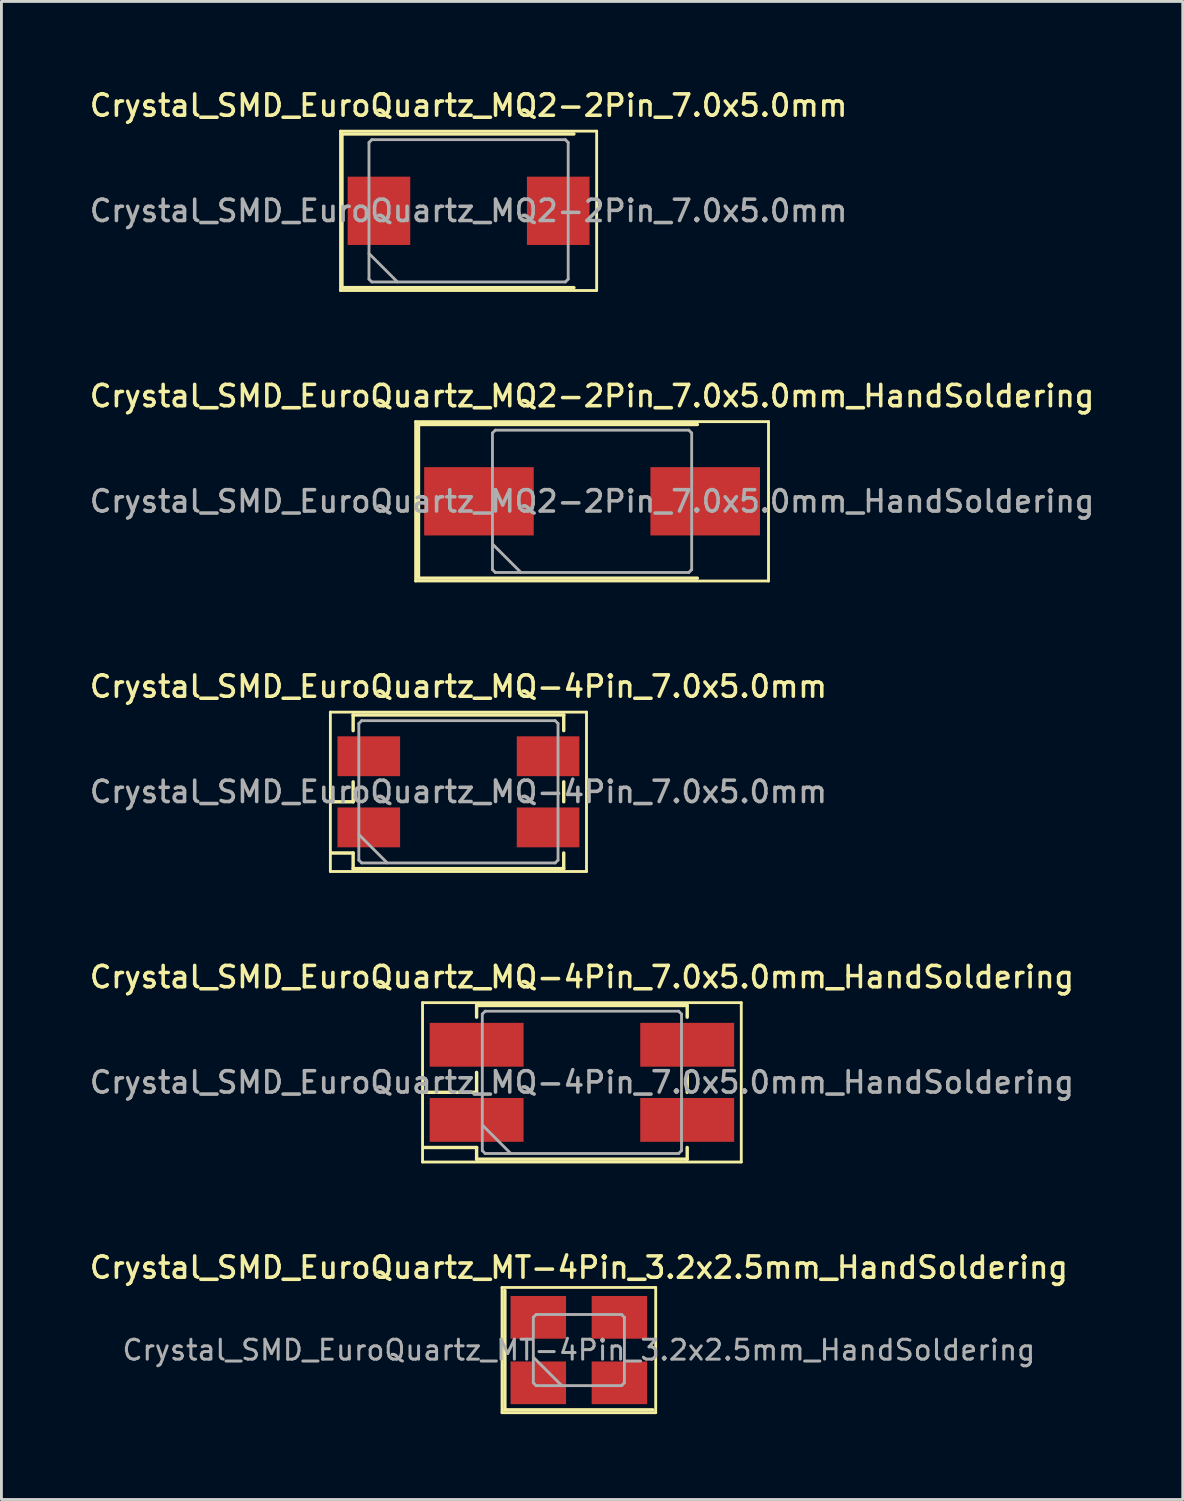
<source format=kicad_pcb>
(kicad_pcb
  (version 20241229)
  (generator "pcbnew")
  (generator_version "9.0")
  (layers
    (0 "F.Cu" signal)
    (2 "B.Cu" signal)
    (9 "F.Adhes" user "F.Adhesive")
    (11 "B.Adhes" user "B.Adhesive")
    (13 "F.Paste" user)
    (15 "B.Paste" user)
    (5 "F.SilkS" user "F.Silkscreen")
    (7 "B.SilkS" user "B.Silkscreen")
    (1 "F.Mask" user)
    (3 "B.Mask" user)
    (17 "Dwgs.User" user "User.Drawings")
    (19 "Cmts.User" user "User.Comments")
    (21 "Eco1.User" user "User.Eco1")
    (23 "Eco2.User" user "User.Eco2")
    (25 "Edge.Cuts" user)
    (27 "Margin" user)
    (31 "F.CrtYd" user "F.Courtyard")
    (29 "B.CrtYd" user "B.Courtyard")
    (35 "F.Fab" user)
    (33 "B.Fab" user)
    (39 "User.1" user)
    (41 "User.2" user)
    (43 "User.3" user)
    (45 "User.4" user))
  (footprint "Crystal_SMD_EuroQuartz_MQ-4Pin_7.0x5.0mm"
    (layer "F.Cu")
    (at 13.059 24.774)
    (property "Reference" "Crystal_SMD_EuroQuartz_MQ-4Pin_7.0x5.0mm" (at 0 -3.7 0) (layer "F.SilkS") (effects (font (size 0.75 0.75) (thickness 0.125))))
    (attr smd)
    (fp_line (start -4.5 -2.8) (end -4.5 2.8) (stroke (width 0.1) (type solid)) (layer "F.SilkS"))
    (fp_line (start -4.5 2.8) (end 4.5 2.8) (stroke (width 0.1) (type solid)) (layer "F.SilkS"))
    (fp_line (start -4.45 0.35) (end -3.7 0.35) (stroke (width 0.12) (type solid)) (layer "F.SilkS"))
    (fp_line (start -4.45 2.15) (end -3.7 2.15) (stroke (width 0.12) (type solid)) (layer "F.SilkS"))
    (fp_line (start -3.7 -2.7) (end 3.7 -2.7) (stroke (width 0.12) (type solid)) (layer "F.SilkS"))
    (fp_line (start -3.7 -2.15) (end -3.7 -2.7) (stroke (width 0.12) (type solid)) (layer "F.SilkS"))
    (fp_line (start -3.7 0.35) (end -3.7 -0.35) (stroke (width 0.12) (type solid)) (layer "F.SilkS"))
    (fp_line (start -3.7 2.15) (end -3.7 2.7) (stroke (width 0.12) (type solid)) (layer "F.SilkS"))
    (fp_line (start -3.7 2.7) (end 3.7 2.7) (stroke (width 0.12) (type solid)) (layer "F.SilkS"))
    (fp_line (start 3.7 -2.7) (end 3.7 -2.15) (stroke (width 0.12) (type solid)) (layer "F.SilkS"))
    (fp_line (start 3.7 -0.35) (end 3.7 0.35) (stroke (width 0.12) (type solid)) (layer "F.SilkS"))
    (fp_line (start 3.7 2.7) (end 3.7 2.15) (stroke (width 0.12) (type solid)) (layer "F.SilkS"))
    (fp_line (start 4.5 -2.8) (end -4.5 -2.8) (stroke (width 0.1) (type solid)) (layer "F.SilkS"))
    (fp_line (start 4.5 2.8) (end 4.5 -2.8) (stroke (width 0.1) (type solid)) (layer "F.SilkS"))
    (fp_line (start -3.5 -2.4) (end -3.4 -2.5) (stroke (width 0.1) (type solid)) (layer "F.Fab"))
    (fp_line (start -3.5 1.5) (end -2.5 2.5) (stroke (width 0.1) (type solid)) (layer "F.Fab"))
    (fp_line (start -3.5 2.4) (end -3.5 -2.4) (stroke (width 0.1) (type solid)) (layer "F.Fab"))
    (fp_line (start -3.4 -2.5) (end 3.4 -2.5) (stroke (width 0.1) (type solid)) (layer "F.Fab"))
    (fp_line (start -3.4 2.5) (end -3.5 2.4) (stroke (width 0.1) (type solid)) (layer "F.Fab"))
    (fp_line (start 3.4 -2.5) (end 3.5 -2.4) (stroke (width 0.1) (type solid)) (layer "F.Fab"))
    (fp_line (start 3.4 2.5) (end -3.4 2.5) (stroke (width 0.1) (type solid)) (layer "F.Fab"))
    (fp_line (start 3.5 -2.4) (end 3.5 2.4) (stroke (width 0.1) (type solid)) (layer "F.Fab"))
    (fp_line (start 3.5 2.4) (end 3.4 2.5) (stroke (width 0.1) (type solid)) (layer "F.Fab"))
    (fp_text user "${REFERENCE}" (at 0 0 0) (layer "F.Fab") (effects (font (size 0.75 0.75) (thickness 0.125))))
    (pad "1" smd rect (at -3.15 1.25) (size 2.2 1.4) (layers "F.Cu" "F.Mask" "F.Paste"))
    (pad "2" smd rect (at 3.15 1.25) (size 2.2 1.4) (layers "F.Cu" "F.Mask" "F.Paste"))
    (pad "3" smd rect (at 3.15 -1.25) (size 2.2 1.4) (layers "F.Cu" "F.Mask" "F.Paste"))
    (pad "4" smd rect (at -3.15 -1.25) (size 2.2 1.4) (layers "F.Cu" "F.Mask" "F.Paste")))
  (footprint "Crystal_SMD_EuroQuartz_MQ2-2Pin_7.0x5.0mm"
    (layer "F.Cu")
    (at 13.416 4.358)
    (property "Reference" "Crystal_SMD_EuroQuartz_MQ2-2Pin_7.0x5.0mm" (at 0 -3.7 0) (layer "F.SilkS") (effects (font (size 0.75 0.75) (thickness 0.125))))
    (attr smd)
    (fp_line (start -4.5 -2.8) (end -4.5 2.8) (stroke (width 0.1) (type solid)) (layer "F.SilkS"))
    (fp_line (start -4.5 2.8) (end 4.5 2.8) (stroke (width 0.1) (type solid)) (layer "F.SilkS"))
    (fp_line (start -4.45 -2.7) (end -4.45 2.7) (stroke (width 0.12) (type solid)) (layer "F.SilkS"))
    (fp_line (start -4.45 2.7) (end 3.7 2.7) (stroke (width 0.12) (type solid)) (layer "F.SilkS"))
    (fp_line (start 3.7 -2.7) (end -4.45 -2.7) (stroke (width 0.12) (type solid)) (layer "F.SilkS"))
    (fp_line (start 4.5 -2.8) (end -4.5 -2.8) (stroke (width 0.1) (type solid)) (layer "F.SilkS"))
    (fp_line (start 4.5 2.8) (end 4.5 -2.8) (stroke (width 0.1) (type solid)) (layer "F.SilkS"))
    (fp_line (start -3.5 -2.4) (end -3.4 -2.5) (stroke (width 0.1) (type solid)) (layer "F.Fab"))
    (fp_line (start -3.5 1.5) (end -2.5 2.5) (stroke (width 0.1) (type solid)) (layer "F.Fab"))
    (fp_line (start -3.5 2.4) (end -3.5 -2.4) (stroke (width 0.1) (type solid)) (layer "F.Fab"))
    (fp_line (start -3.4 -2.5) (end 3.4 -2.5) (stroke (width 0.1) (type solid)) (layer "F.Fab"))
    (fp_line (start -3.4 2.5) (end -3.5 2.4) (stroke (width 0.1) (type solid)) (layer "F.Fab"))
    (fp_line (start 3.4 -2.5) (end 3.5 -2.4) (stroke (width 0.1) (type solid)) (layer "F.Fab"))
    (fp_line (start 3.4 2.5) (end -3.4 2.5) (stroke (width 0.1) (type solid)) (layer "F.Fab"))
    (fp_line (start 3.5 -2.4) (end 3.5 2.4) (stroke (width 0.1) (type solid)) (layer "F.Fab"))
    (fp_line (start 3.5 2.4) (end 3.4 2.5) (stroke (width 0.1) (type solid)) (layer "F.Fab"))
    (fp_text user "${REFERENCE}" (at 0 0 0) (layer "F.Fab") (effects (font (size 0.75 0.75) (thickness 0.125))))
    (pad "1" smd rect (at -3.15 0) (size 2.2 2.4) (layers "F.Cu" "F.Mask" "F.Paste"))
    (pad "2" smd rect (at 3.15 0) (size 2.2 2.4) (layers "F.Cu" "F.Mask" "F.Paste")))
  (footprint "Crystal_SMD_EuroQuartz_MQ-4Pin_7.0x5.0mm_HandSoldering"
    (layer "F.Cu")
    (at 17.398 34.983)
    (property "Reference" "Crystal_SMD_EuroQuartz_MQ-4Pin_7.0x5.0mm_HandSoldering" (at 0 -3.7 0) (layer "F.SilkS") (effects (font (size 0.75 0.75) (thickness 0.125))))
    (attr smd)
    (fp_line (start -5.6 -2.8) (end -5.6 2.8) (stroke (width 0.1) (type solid)) (layer "F.SilkS"))
    (fp_line (start -5.6 2.8) (end 5.6 2.8) (stroke (width 0.1) (type solid)) (layer "F.SilkS"))
    (fp_line (start -5.55 0.35) (end -3.7 0.35) (stroke (width 0.12) (type solid)) (layer "F.SilkS"))
    (fp_line (start -5.55 2.29) (end -3.7 2.29) (stroke (width 0.12) (type solid)) (layer "F.SilkS"))
    (fp_line (start -3.7 -2.7) (end 3.7 -2.7) (stroke (width 0.12) (type solid)) (layer "F.SilkS"))
    (fp_line (start -3.7 -2.29) (end -3.7 -2.7) (stroke (width 0.12) (type solid)) (layer "F.SilkS"))
    (fp_line (start -3.7 0.35) (end -3.7 -0.35) (stroke (width 0.12) (type solid)) (layer "F.SilkS"))
    (fp_line (start -3.7 2.29) (end -3.7 2.7) (stroke (width 0.12) (type solid)) (layer "F.SilkS"))
    (fp_line (start -3.7 2.7) (end 3.7 2.7) (stroke (width 0.12) (type solid)) (layer "F.SilkS"))
    (fp_line (start 3.7 -2.7) (end 3.7 -2.29) (stroke (width 0.12) (type solid)) (layer "F.SilkS"))
    (fp_line (start 3.7 -0.35) (end 3.7 0.35) (stroke (width 0.12) (type solid)) (layer "F.SilkS"))
    (fp_line (start 3.7 2.7) (end 3.7 2.29) (stroke (width 0.12) (type solid)) (layer "F.SilkS"))
    (fp_line (start 5.6 -2.8) (end -5.6 -2.8) (stroke (width 0.1) (type solid)) (layer "F.SilkS"))
    (fp_line (start 5.6 2.8) (end 5.6 -2.8) (stroke (width 0.1) (type solid)) (layer "F.SilkS"))
    (fp_line (start -3.5 -2.4) (end -3.4 -2.5) (stroke (width 0.1) (type solid)) (layer "F.Fab"))
    (fp_line (start -3.5 1.5) (end -2.5 2.5) (stroke (width 0.1) (type solid)) (layer "F.Fab"))
    (fp_line (start -3.5 2.4) (end -3.5 -2.4) (stroke (width 0.1) (type solid)) (layer "F.Fab"))
    (fp_line (start -3.4 -2.5) (end 3.4 -2.5) (stroke (width 0.1) (type solid)) (layer "F.Fab"))
    (fp_line (start -3.4 2.5) (end -3.5 2.4) (stroke (width 0.1) (type solid)) (layer "F.Fab"))
    (fp_line (start 3.4 -2.5) (end 3.5 -2.4) (stroke (width 0.1) (type solid)) (layer "F.Fab"))
    (fp_line (start 3.4 2.5) (end -3.4 2.5) (stroke (width 0.1) (type solid)) (layer "F.Fab"))
    (fp_line (start 3.5 -2.4) (end 3.5 2.4) (stroke (width 0.1) (type solid)) (layer "F.Fab"))
    (fp_line (start 3.5 2.4) (end 3.4 2.5) (stroke (width 0.1) (type solid)) (layer "F.Fab"))
    (fp_text user "${REFERENCE}" (at 0 0 0) (layer "F.Fab") (effects (font (size 0.75 0.75) (thickness 0.125))))
    (pad "1" smd rect (at -3.7 1.32) (size 3.3 1.54) (layers "F.Cu" "F.Mask" "F.Paste"))
    (pad "2" smd rect (at 3.7 1.32) (size 3.3 1.54) (layers "F.Cu" "F.Mask" "F.Paste"))
    (pad "3" smd rect (at 3.7 -1.32) (size 3.3 1.54) (layers "F.Cu" "F.Mask" "F.Paste"))
    (pad "4" smd rect (at -3.7 -1.32) (size 3.3 1.54) (layers "F.Cu" "F.Mask" "F.Paste")))
  (footprint "Crystal_SMD_EuroQuartz_MT-4Pin_3.2x2.5mm_HandSoldering"
    (layer "F.Cu")
    (at 17.291 44.391)
    (property "Reference" "Crystal_SMD_EuroQuartz_MT-4Pin_3.2x2.5mm_HandSoldering" (at 0 -2.9 0) (layer "F.SilkS") (effects (font (size 0.75 0.75) (thickness 0.125))))
    (attr smd)
    (fp_line (start -2.7 -2.2) (end -2.7 2.2) (stroke (width 0.1) (type solid)) (layer "F.SilkS"))
    (fp_line (start -2.7 2.2) (end 2.7 2.2) (stroke (width 0.1) (type solid)) (layer "F.SilkS"))
    (fp_line (start -2.6 -2.1) (end -2.6 2.1) (stroke (width 0.12) (type solid)) (layer "F.SilkS"))
    (fp_line (start -2.6 2.1) (end 2.6 2.1) (stroke (width 0.12) (type solid)) (layer "F.SilkS"))
    (fp_line (start 2.7 -2.2) (end -2.7 -2.2) (stroke (width 0.1) (type solid)) (layer "F.SilkS"))
    (fp_line (start 2.7 2.2) (end 2.7 -2.2) (stroke (width 0.1) (type solid)) (layer "F.SilkS"))
    (fp_line (start -1.6 -1.15) (end -1.5 -1.25) (stroke (width 0.1) (type solid)) (layer "F.Fab"))
    (fp_line (start -1.6 0.25) (end -0.6 1.25) (stroke (width 0.1) (type solid)) (layer "F.Fab"))
    (fp_line (start -1.6 1.15) (end -1.6 -1.15) (stroke (width 0.1) (type solid)) (layer "F.Fab"))
    (fp_line (start -1.5 -1.25) (end 1.5 -1.25) (stroke (width 0.1) (type solid)) (layer "F.Fab"))
    (fp_line (start -1.5 1.25) (end -1.6 1.15) (stroke (width 0.1) (type solid)) (layer "F.Fab"))
    (fp_line (start 1.5 -1.25) (end 1.6 -1.15) (stroke (width 0.1) (type solid)) (layer "F.Fab"))
    (fp_line (start 1.5 1.25) (end -1.5 1.25) (stroke (width 0.1) (type solid)) (layer "F.Fab"))
    (fp_line (start 1.6 -1.15) (end 1.6 1.15) (stroke (width 0.1) (type solid)) (layer "F.Fab"))
    (fp_line (start 1.6 1.15) (end 1.5 1.25) (stroke (width 0.1) (type solid)) (layer "F.Fab"))
    (fp_text user "${REFERENCE}" (at 0 0 0) (layer "F.Fab") (effects (font (size 0.7 0.7) (thickness 0.105))))
    (pad "1" smd rect (at -1.425 1.15) (size 1.95 1.5) (layers "F.Cu" "F.Mask" "F.Paste"))
    (pad "2" smd rect (at 1.425 1.15) (size 1.95 1.5) (layers "F.Cu" "F.Mask" "F.Paste"))
    (pad "3" smd rect (at 1.425 -1.15) (size 1.95 1.5) (layers "F.Cu" "F.Mask" "F.Paste"))
    (pad "4" smd rect (at -1.425 -1.15) (size 1.95 1.5) (layers "F.Cu" "F.Mask" "F.Paste")))
  (footprint "Crystal_SMD_EuroQuartz_MQ2-2Pin_7.0x5.0mm_HandSoldering"
    (layer "F.Cu")
    (at 17.755 14.566)
    (property "Reference" "Crystal_SMD_EuroQuartz_MQ2-2Pin_7.0x5.0mm_HandSoldering" (at 0 -3.7 0) (layer "F.SilkS") (effects (font (size 0.75 0.75) (thickness 0.125))))
    (attr smd)
    (fp_line (start -6.2 -2.8) (end -6.2 2.8) (stroke (width 0.1) (type solid)) (layer "F.SilkS"))
    (fp_line (start -6.2 2.8) (end 6.2 2.8) (stroke (width 0.1) (type solid)) (layer "F.SilkS"))
    (fp_line (start -6.1 -2.7) (end -6.1 2.7) (stroke (width 0.12) (type solid)) (layer "F.SilkS"))
    (fp_line (start -6.1 2.7) (end 3.7 2.7) (stroke (width 0.12) (type solid)) (layer "F.SilkS"))
    (fp_line (start 3.7 -2.7) (end -6.1 -2.7) (stroke (width 0.12) (type solid)) (layer "F.SilkS"))
    (fp_line (start 6.2 -2.8) (end -6.2 -2.8) (stroke (width 0.1) (type solid)) (layer "F.SilkS"))
    (fp_line (start 6.2 2.8) (end 6.2 -2.8) (stroke (width 0.1) (type solid)) (layer "F.SilkS"))
    (fp_line (start -3.5 -2.4) (end -3.4 -2.5) (stroke (width 0.1) (type solid)) (layer "F.Fab"))
    (fp_line (start -3.5 1.5) (end -2.5 2.5) (stroke (width 0.1) (type solid)) (layer "F.Fab"))
    (fp_line (start -3.5 2.4) (end -3.5 -2.4) (stroke (width 0.1) (type solid)) (layer "F.Fab"))
    (fp_line (start -3.4 -2.5) (end 3.4 -2.5) (stroke (width 0.1) (type solid)) (layer "F.Fab"))
    (fp_line (start -3.4 2.5) (end -3.5 2.4) (stroke (width 0.1) (type solid)) (layer "F.Fab"))
    (fp_line (start 3.4 -2.5) (end 3.5 -2.4) (stroke (width 0.1) (type solid)) (layer "F.Fab"))
    (fp_line (start 3.4 2.5) (end -3.4 2.5) (stroke (width 0.1) (type solid)) (layer "F.Fab"))
    (fp_line (start 3.5 -2.4) (end 3.5 2.4) (stroke (width 0.1) (type solid)) (layer "F.Fab"))
    (fp_line (start 3.5 2.4) (end 3.4 2.5) (stroke (width 0.1) (type solid)) (layer "F.Fab"))
    (fp_text user "${REFERENCE}" (at 0 0 0) (layer "F.Fab") (effects (font (size 0.75 0.75) (thickness 0.125))))
    (pad "1" smd rect (at -3.975 0) (size 3.85 2.4) (layers "F.Cu" "F.Mask" "F.Paste"))
    (pad "2" smd rect (at 3.975 0) (size 3.85 2.4) (layers "F.Cu" "F.Mask" "F.Paste")))
  (gr_rect
    (start -3 -3)
    (end 38.511 49.641)
    (stroke (width 0.1) (type default))
    (fill no)
    (layer "Edge.Cuts")))
</source>
